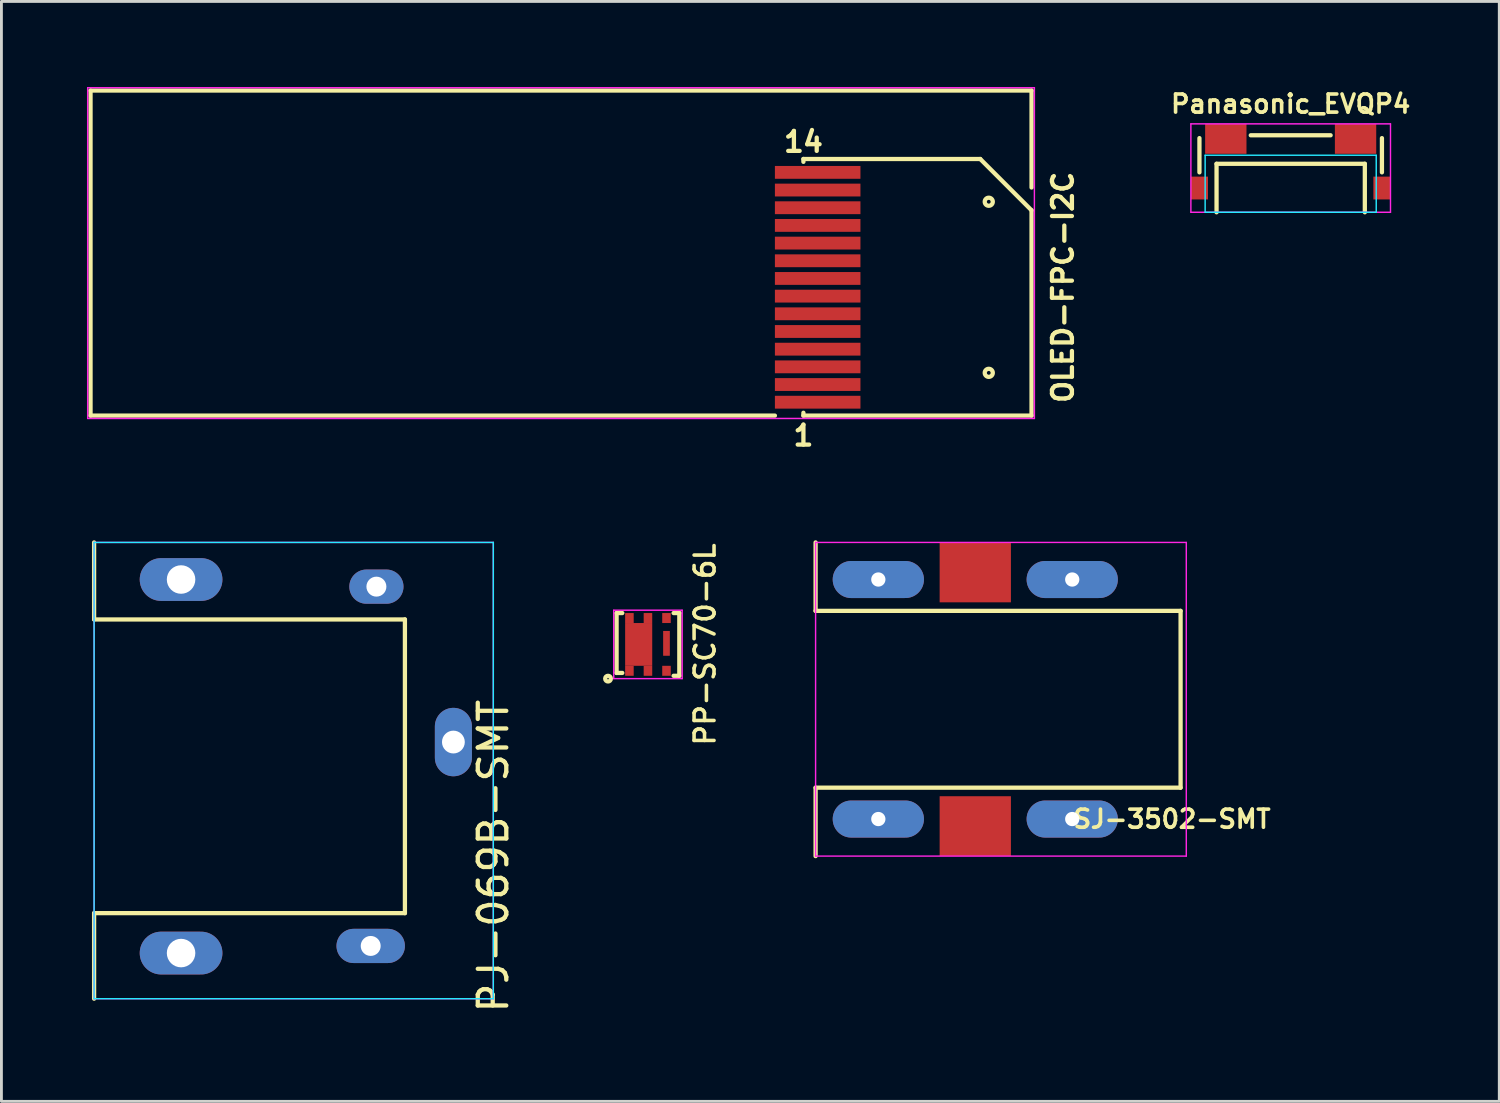
<source format=kicad_pcb>
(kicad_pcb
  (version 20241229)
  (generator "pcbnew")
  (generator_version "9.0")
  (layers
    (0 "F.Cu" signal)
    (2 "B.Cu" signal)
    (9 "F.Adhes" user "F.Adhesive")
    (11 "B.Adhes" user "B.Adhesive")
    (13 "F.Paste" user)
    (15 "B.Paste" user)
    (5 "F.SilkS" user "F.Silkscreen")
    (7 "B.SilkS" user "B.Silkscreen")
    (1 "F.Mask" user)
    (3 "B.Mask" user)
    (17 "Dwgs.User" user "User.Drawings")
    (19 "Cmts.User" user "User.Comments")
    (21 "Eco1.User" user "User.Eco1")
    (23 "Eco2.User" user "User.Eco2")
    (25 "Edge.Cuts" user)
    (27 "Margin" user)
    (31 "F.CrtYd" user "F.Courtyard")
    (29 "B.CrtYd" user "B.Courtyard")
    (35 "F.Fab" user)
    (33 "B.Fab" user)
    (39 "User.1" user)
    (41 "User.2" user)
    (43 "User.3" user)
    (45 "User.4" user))
  (footprint "PJ-069B-SMT"
    (layer "F.Cu")
    (at 0.25 22.973)
    (property "Reference" "PJ-069B-SMT" (at 14 4 90) (layer "F.SilkS") (effects (font (size 1 1) (thickness 0.15))))
    (attr through_hole)
    (fp_line (start 0 -4.3) (end 0 -7) (stroke (width 0.15) (type solid)) (layer "F.SilkS"))
    (fp_line (start 0 -4.3) (end 10.9 -4.3) (stroke (width 0.15) (type solid)) (layer "F.SilkS"))
    (fp_line (start 0 6) (end 0 9) (stroke (width 0.15) (type solid)) (layer "F.SilkS"))
    (fp_line (start 10.9 -4.3) (end 10.9 6) (stroke (width 0.15) (type solid)) (layer "F.SilkS"))
    (fp_line (start 10.9 6) (end 0 6) (stroke (width 0.15) (type solid)) (layer "F.SilkS"))
    (fp_line (start 0 -7) (end 14 -7) (stroke (width 0.05) (type solid)) (layer "B.CrtYd"))
    (fp_line (start 0 9) (end 0 -7) (stroke (width 0.05) (type solid)) (layer "B.CrtYd"))
    (fp_line (start 14 -7) (end 14 9) (stroke (width 0.05) (type solid)) (layer "B.CrtYd"))
    (fp_line (start 14 9) (end 0 9) (stroke (width 0.05) (type solid)) (layer "B.CrtYd"))
    (fp_line (start 0 -7) (end 14 -7) (stroke (width 0.05) (type solid)) (layer "F.CrtYd"))
    (fp_line (start 0 9) (end 0 -7) (stroke (width 0.05) (type solid)) (layer "F.CrtYd"))
    (fp_line (start 14 -7) (end 14 9) (stroke (width 0.05) (type solid)) (layer "F.CrtYd"))
    (fp_line (start 14 9) (end 0 9) (stroke (width 0.05) (type solid)) (layer "F.CrtYd"))
    (pad "1" thru_hole oval (at 12.6 0) (size 1.3 2.4) (drill 0.8) (layers "*.Cu" "*.Mask"))
    (pad "2" thru_hole oval (at 9.7 7.15) (size 2.4 1.2) (drill 0.7) (layers "*.Cu" "*.Mask"))
    (pad "3" thru_hole oval (at 9.9 -5.45) (size 1.9 1.2) (drill 0.7) (layers "*.Cu" "*.Mask"))
    (pad "NC" thru_hole oval (at 3.05 -5.7) (size 2.9 1.5) (drill 1) (layers "*.Cu" "*.Mask"))
    (pad "NC" thru_hole oval (at 3.05 7.4) (size 2.9 1.5) (drill 1) (layers "*.Cu" "*.Mask")))
  (footprint "OLED-FPC-I2C"
    (layer "F.Cu")
    (at 25.625 7.025)
    (property "Reference" "OLED-FPC-I2C" (at 8.6 0 90) (layer "F.SilkS") (effects (font (size 0.7 0.7) (thickness 0.15))))
    (attr through_hole)
    (fp_line (start -25.5 -6.9) (end 7.5 -6.9) (stroke (width 0.15) (type solid)) (layer "F.SilkS"))
    (fp_line (start -25.5 4.5) (end -25.5 -6.9) (stroke (width 0.15) (type solid)) (layer "F.SilkS"))
    (fp_line (start -1.5 4.5) (end -25.5 4.5) (stroke (width 0.15) (type solid)) (layer "F.SilkS"))
    (fp_line (start -0.5 -4.5) (end -0.5 -4.4) (stroke (width 0.15) (type solid)) (layer "F.SilkS"))
    (fp_line (start -0.5 4.4) (end -0.5 4.5) (stroke (width 0.15) (type solid)) (layer "F.SilkS"))
    (fp_line (start -0.5 4.5) (end 7.5 4.5) (stroke (width 0.15) (type solid)) (layer "F.SilkS"))
    (fp_line (start 5.7 -4.5) (end -0.5 -4.5) (stroke (width 0.15) (type solid)) (layer "F.SilkS"))
    (fp_line (start 5.7 -4.5) (end 7.5 -2.7) (stroke (width 0.15) (type solid)) (layer "F.SilkS"))
    (fp_line (start 7.5 -6.9) (end 7.5 -3.5) (stroke (width 0.15) (type solid)) (layer "F.SilkS"))
    (fp_line (start 7.5 4.5) (end 7.5 -2.7) (stroke (width 0.15) (type solid)) (layer "F.SilkS"))
    (fp_circle (center 6 -3) (end 6.1 -2.9) (stroke (width 0.15) (type solid)) (fill no) (layer "F.SilkS"))
    (fp_circle (center 6 3) (end 6.1 3.1) (stroke (width 0.15) (type solid)) (fill no) (layer "F.SilkS"))
    (fp_line (start -25.6 -7) (end 7.6 -7) (stroke (width 0.05) (type solid)) (layer "F.CrtYd"))
    (fp_line (start -25.6 4.6) (end -25.6 -7) (stroke (width 0.05) (type solid)) (layer "F.CrtYd"))
    (fp_line (start 7.6 -7) (end 7.6 4.6) (stroke (width 0.05) (type solid)) (layer "F.CrtYd"))
    (fp_line (start 7.6 4.6) (end -25.6 4.6) (stroke (width 0.05) (type solid)) (layer "F.CrtYd"))
    (fp_text user "1" (at -0.5 5.2 0) (layer "F.SilkS") (effects (font (size 0.7 0.7) (thickness 0.15))))
    (fp_text user "14" (at -0.5 -5.1 0) (layer "F.SilkS") (effects (font (size 0.7 0.7) (thickness 0.15))))
    (pad "1" smd rect (at 0 4.03) (size 3 0.45) (layers "F.Cu" "F.Mask" "F.Paste"))
    (pad "2" smd rect (at 0 3.41) (size 3 0.45) (layers "F.Cu" "F.Mask" "F.Paste"))
    (pad "3" smd rect (at 0 2.79) (size 3 0.45) (layers "F.Cu" "F.Mask" "F.Paste"))
    (pad "4" smd rect (at 0 2.17) (size 3 0.45) (layers "F.Cu" "F.Mask" "F.Paste"))
    (pad "5" smd rect (at 0 1.55) (size 3 0.45) (layers "F.Cu" "F.Mask" "F.Paste"))
    (pad "6" smd rect (at 0 0.93) (size 3 0.45) (layers "F.Cu" "F.Mask" "F.Paste"))
    (pad "7" smd rect (at 0 0.31) (size 3 0.45) (layers "F.Cu" "F.Mask" "F.Paste"))
    (pad "8" smd rect (at 0 -0.31) (size 3 0.45) (layers "F.Cu" "F.Mask" "F.Paste"))
    (pad "9" smd rect (at 0 -0.93) (size 3 0.45) (layers "F.Cu" "F.Mask" "F.Paste"))
    (pad "10" smd rect (at 0 -1.55) (size 3 0.45) (layers "F.Cu" "F.Mask" "F.Paste"))
    (pad "11" smd rect (at 0 -2.17) (size 3 0.45) (layers "F.Cu" "F.Mask" "F.Paste"))
    (pad "12" smd rect (at 0 -2.79) (size 3 0.45) (layers "F.Cu" "F.Mask" "F.Paste"))
    (pad "13" smd rect (at 0 -3.41) (size 3 0.45) (layers "F.Cu" "F.Mask" "F.Paste"))
    (pad "14" smd rect (at 0 -4.03) (size 3 0.45) (layers "F.Cu" "F.Mask" "F.Paste")))
  (footprint "PP-SC70-6L"
    (layer "F.Cu")
    (at 19.673 19.549)
    (property "Reference" "PP-SC70-6L" (at 2 0 90) (layer "F.SilkS") (effects (font (size 0.7 0.7) (thickness 0.125))))
    (attr through_hole)
    (fp_line (start -1.1 -1.1) (end -1.1 1) (stroke (width 0.15) (type solid)) (layer "F.SilkS"))
    (fp_line (start -1.1 1) (end -0.9 1) (stroke (width 0.15) (type solid)) (layer "F.SilkS"))
    (fp_line (start -0.9 -1.1) (end -1.1 -1.1) (stroke (width 0.15) (type solid)) (layer "F.SilkS"))
    (fp_line (start 0.9 -1.1) (end 1.1 -1.1) (stroke (width 0.15) (type solid)) (layer "F.SilkS"))
    (fp_line (start 1.1 -1.1) (end 1.1 1.1) (stroke (width 0.15) (type solid)) (layer "F.SilkS"))
    (fp_line (start 1.1 1.1) (end 0.9 1.1) (stroke (width 0.15) (type solid)) (layer "F.SilkS"))
    (fp_circle (center -1.4 1.2) (end -1.3 1.2) (stroke (width 0.15) (type solid)) (fill no) (layer "F.SilkS"))
    (fp_line (start -1.2 -1.2) (end 1.2 -1.2) (stroke (width 0.05) (type solid)) (layer "F.CrtYd"))
    (fp_line (start -1.2 1.2) (end -1.2 -1.2) (stroke (width 0.05) (type solid)) (layer "F.CrtYd"))
    (fp_line (start 1.2 -1.2) (end 1.2 1.2) (stroke (width 0.05) (type solid)) (layer "F.CrtYd"))
    (fp_line (start 1.2 1.2) (end -1.2 1.2) (stroke (width 0.05) (type solid)) (layer "F.CrtYd"))
    (pad "1" smd rect (at -0.65 0.925) (size 0.3 0.35) (layers "F.Cu" "F.Mask" "F.Paste"))
    (pad "1" smd rect (at -0.325 0) (size 0.95 1.5) (layers "F.Cu" "F.Mask" "F.Paste"))
    (pad "2" smd rect (at 0 0.925) (size 0.3 0.35) (layers "F.Cu" "F.Mask" "F.Paste"))
    (pad "3" smd rect (at 0.65 0.925) (size 0.3 0.35) (layers "F.Cu" "F.Mask" "F.Paste"))
    (pad "4" smd rect (at 0.65 -0.925) (size 0.3 0.35) (layers "F.Cu" "F.Mask" "F.Paste"))
    (pad "5" smd rect (at 0 -0.925) (size 0.3 0.35) (layers "F.Cu" "F.Mask" "F.Paste"))
    (pad "6" smd rect (at -0.65 -0.925) (size 0.3 0.35) (layers "F.Cu" "F.Mask" "F.Paste"))
    (pad "S" smd rect (at 0.65 -0.037) (size 0.235 0.87) (layers "F.Cu" "F.Mask" "F.Paste")))
  (footprint "Panasonic_EVQP4"
    (layer "F.Cu")
    (at 42.213 4.394)
    (property "Reference" "Panasonic_EVQP4" (at 0 -3.8 0) (layer "F.SilkS") (effects (font (size 0.635 0.635) (thickness 0.127))))
    (attr through_hole)
    (fp_line (start -3.2 -1.4) (end -3.2 -2.6) (stroke (width 0.15) (type solid)) (layer "F.SilkS"))
    (fp_line (start -2.6 -1.7) (end -2.6 0) (stroke (width 0.15) (type solid)) (layer "F.SilkS"))
    (fp_line (start -2.6 -1.7) (end 2.6 -1.7) (stroke (width 0.15) (type solid)) (layer "F.SilkS"))
    (fp_line (start -1.4 -2.7) (end 1.4 -2.7) (stroke (width 0.15) (type solid)) (layer "F.SilkS"))
    (fp_line (start 2.6 -1.7) (end 2.6 0) (stroke (width 0.15) (type solid)) (layer "F.SilkS"))
    (fp_line (start 3.2 -2.6) (end 3.2 -1.4) (stroke (width 0.15) (type solid)) (layer "F.SilkS"))
    (fp_line (start -3 -2) (end -3 0) (stroke (width 0.05) (type solid)) (layer "B.CrtYd"))
    (fp_line (start -3 0) (end 3 0) (stroke (width 0.05) (type solid)) (layer "B.CrtYd"))
    (fp_line (start 3 -2) (end -3 -2) (stroke (width 0.05) (type solid)) (layer "B.CrtYd"))
    (fp_line (start 3 0) (end 3 -2) (stroke (width 0.05) (type solid)) (layer "B.CrtYd"))
    (fp_line (start -3.5 -3.1) (end -3.5 0) (stroke (width 0.05) (type solid)) (layer "F.CrtYd"))
    (fp_line (start -3.5 0) (end 3.5 0) (stroke (width 0.05) (type solid)) (layer "F.CrtYd"))
    (fp_line (start 3.5 -3.1) (end -3.5 -3.1) (stroke (width 0.05) (type solid)) (layer "F.CrtYd"))
    (fp_line (start 3.5 0) (end 3.5 -3.1) (stroke (width 0.05) (type solid)) (layer "F.CrtYd"))
    (pad "1" smd rect (at -2.275 -2.575) (size 1.45 1.05) (layers "F.Cu" "F.Mask" "F.Paste"))
    (pad "2" smd rect (at 2.275 -2.575) (size 1.45 1.05) (layers "F.Cu" "F.Mask" "F.Paste"))
    (pad "3" smd rect (at -3.2 -0.85) (size 0.6 0.8) (layers "F.Cu" "F.Mask" "F.Paste"))
    (pad "4" smd rect (at 3.2 -0.85) (size 0.6 0.8) (layers "F.Cu" "F.Mask" "F.Paste")))
  (footprint "SJ-3502-SMT"
    (layer "F.Cu")
    (at 25.552 21.473)
    (property "Reference" "SJ-3502-SMT" (at 12.5 4.2 180) (layer "F.SilkS") (effects (font (size 0.635 0.635) (thickness 0.127))))
    (attr through_hole)
    (fp_line (start 0 -3.1) (end 0 -5.5) (stroke (width 0.15) (type solid)) (layer "F.SilkS"))
    (fp_line (start 0 -3.1) (end 12.8 -3.1) (stroke (width 0.15) (type solid)) (layer "F.SilkS"))
    (fp_line (start 0 3.1) (end 0 5.5) (stroke (width 0.15) (type solid)) (layer "F.SilkS"))
    (fp_line (start 12.8 -3.1) (end 12.8 3.1) (stroke (width 0.15) (type solid)) (layer "F.SilkS"))
    (fp_line (start 12.8 3.1) (end 0 3.1) (stroke (width 0.15) (type solid)) (layer "F.SilkS"))
    (fp_line (start 0 -5.5) (end 13 -5.5) (stroke (width 0.05) (type solid)) (layer "F.CrtYd"))
    (fp_line (start 0 5.5) (end 0 -5.5) (stroke (width 0.05) (type solid)) (layer "F.CrtYd"))
    (fp_line (start 13 -5.5) (end 13 5.5) (stroke (width 0.05) (type solid)) (layer "F.CrtYd"))
    (fp_line (start 13 5.5) (end 0 5.5) (stroke (width 0.05) (type solid)) (layer "F.CrtYd"))
    (pad "1" thru_hole oval (at 2.2 -4.2) (size 3.2 1.3) (drill 0.5) (layers "*.Cu" "*.Mask"))
    (pad "1" thru_hole oval (at 2.2 4.2) (size 3.2 1.3) (drill 0.5) (layers "*.Cu" "*.Mask"))
    (pad "1" thru_hole oval (at 9 -4.2) (size 3.2 1.3) (drill 0.5) (layers "*.Cu" "*.Mask"))
    (pad "1" thru_hole oval (at 9 4.2) (size 3.2 1.3) (drill 0.5) (layers "*.Cu" "*.Mask"))
    (pad "2" smd rect (at 5.6 -4.45) (size 2.5 2.1) (layers "F.Cu" "F.Mask" "F.Paste"))
    (pad "3" smd rect (at 5.6 4.45) (size 2.5 2.1) (layers "F.Cu" "F.Mask" "F.Paste")))
  (gr_rect
    (start -3 -3)
    (end 49.528 35.574)
    (stroke (width 0.1) (type default))
    (fill no)
    (layer "Edge.Cuts")))
</source>
